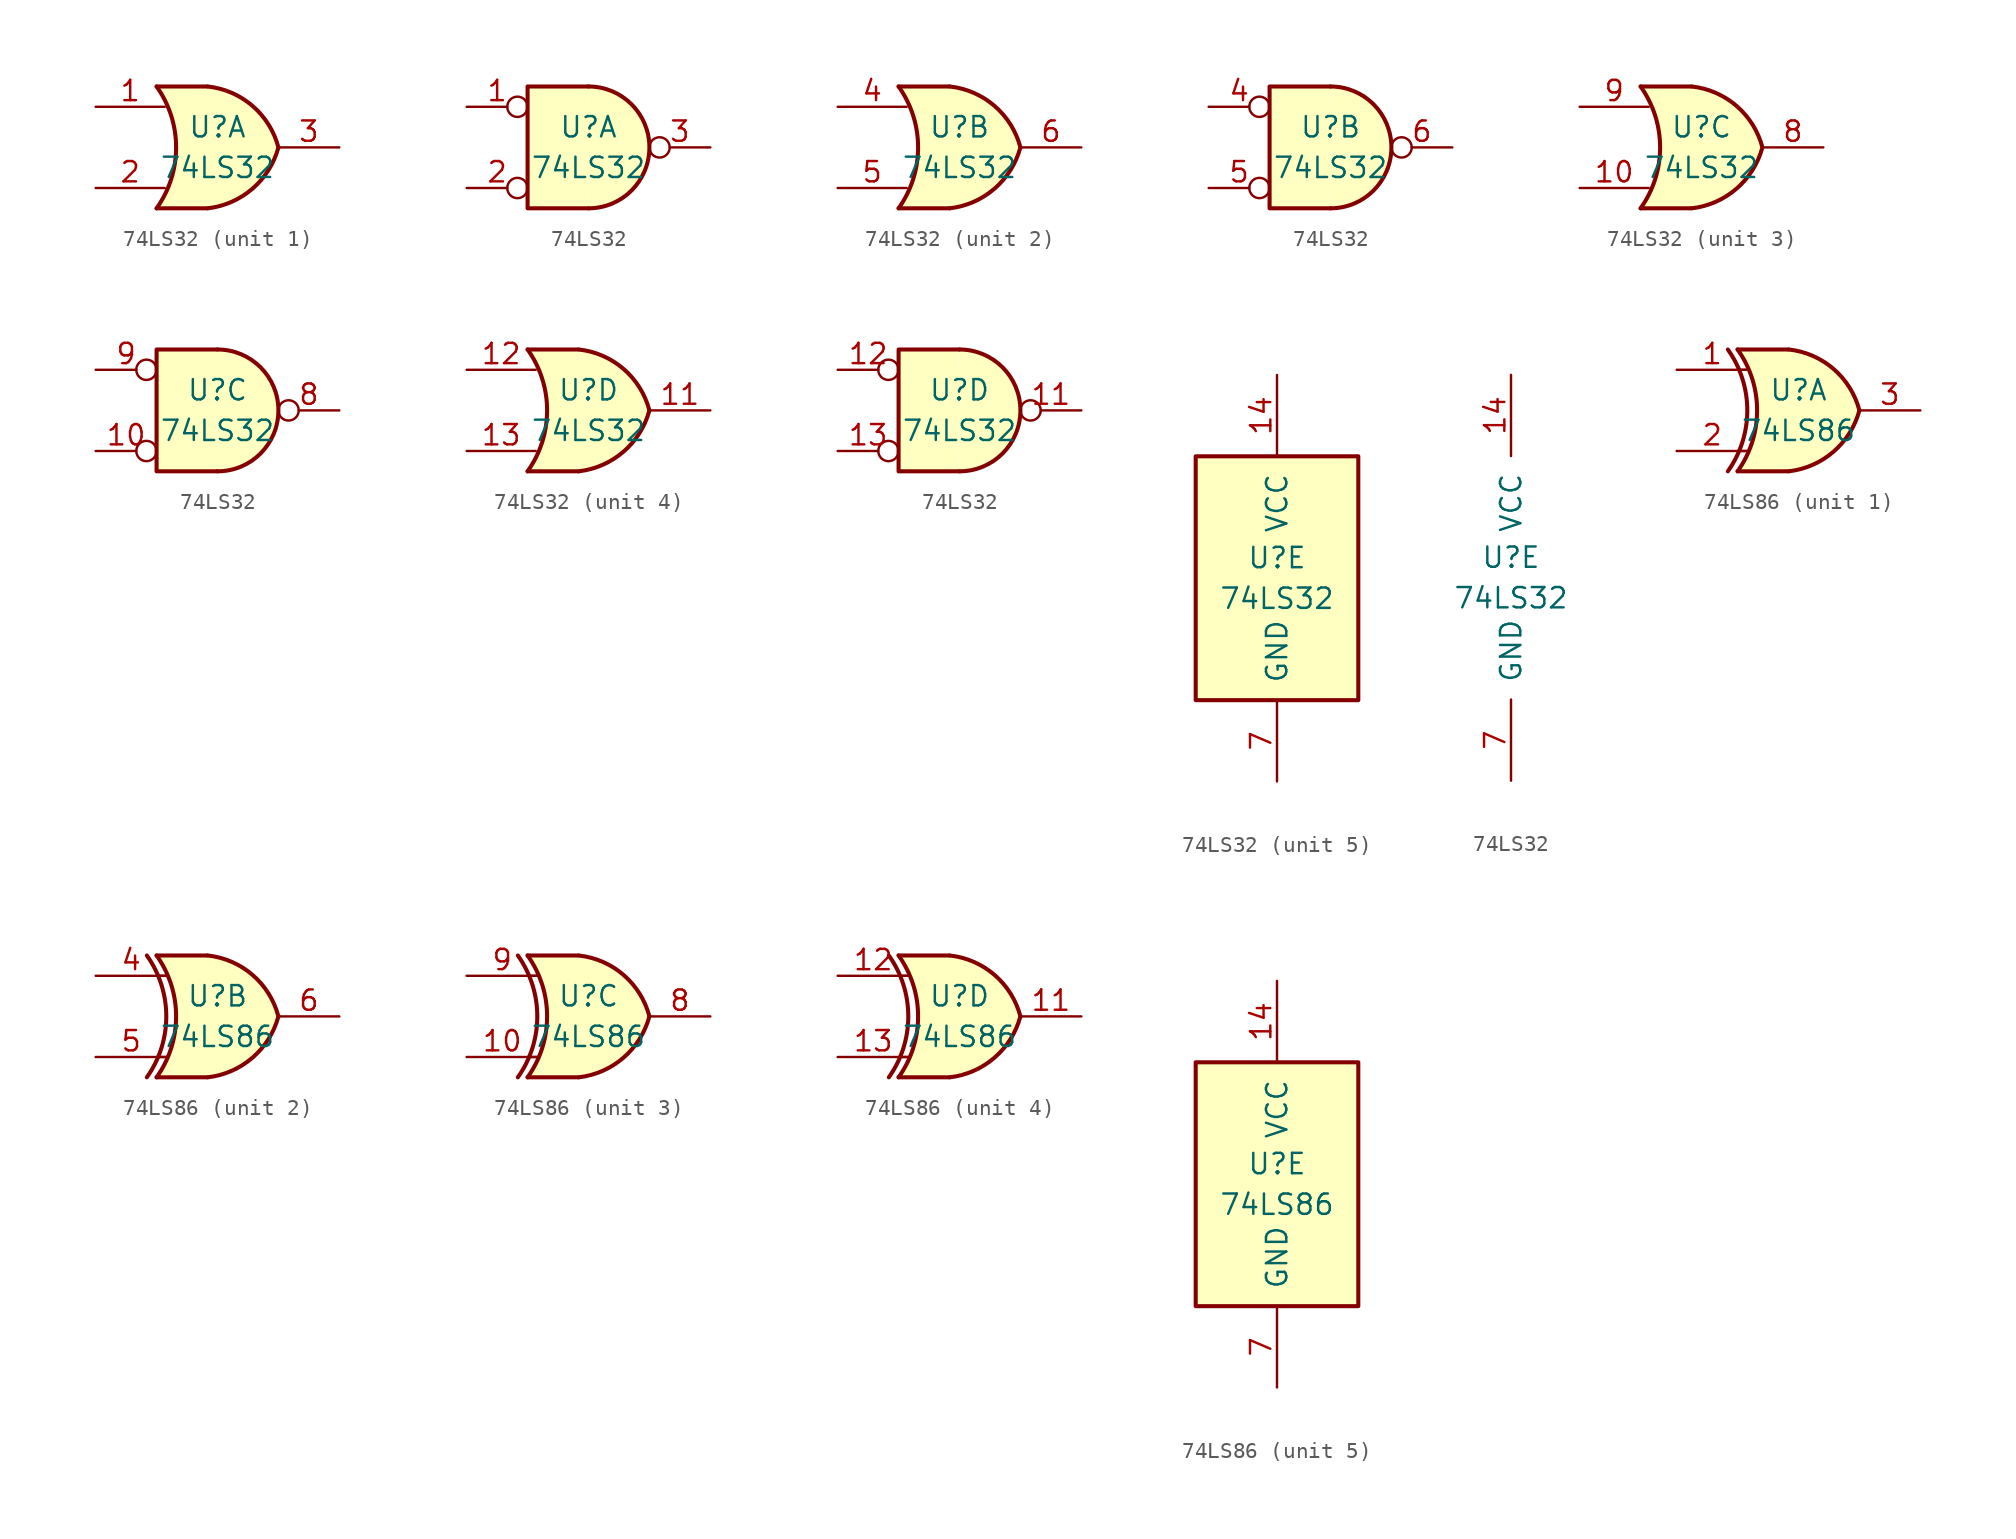
<source format=kicad_sym>
(kicad_symbol_lib
  (version 20231120)
  (generator "kicad_symbol_editor")
  (generator_version "8.0")
  (symbol "74LS32"
    (pin_names
      (offset 1.016))
    (property "Reference" "U"
      (at 0 1.27 0)
      (effects (font (size 1.27 1.27))))
    (property "Value" "74LS32"
      (at 0 -1.27 0)
      (effects (font (size 1.27 1.27))))
    (property "ki_locked" ""
      (at 0 0 0)
      (effects (font (size 1.27 1.27))))
    (symbol "74LS32_1_1"
      (arc (start -3.81 -3.81) (mid -2.589 0) (end -3.81 3.81) (stroke (width 0.254) (type default)) (fill (type none)))
      (arc (start -0.6096 -3.81) (mid 2.1855 -2.584) (end 3.81 0) (stroke (width 0.254) (type default)) (fill (type background)))
      (polyline (pts (xy -3.81 -3.81) (xy -0.635 -3.81)) (stroke (width 0.254) (type default)) (fill (type background)))
      (polyline (pts (xy -3.81 3.81) (xy -0.635 3.81)) (stroke (width 0.254) (type default)) (fill (type background)))
      (polyline (pts (xy -0.635 3.81) (xy -3.81 3.81) (xy -3.81 3.81) (xy -3.556 3.404) (xy -3.023 2.261) (xy -2.692 1.041) (xy -2.616 -0.254) (xy -2.769 -1.499) (xy -3.175 -2.718) (xy -3.81 -3.81) (xy -3.81 -3.81) (xy -0.635 -3.81)) (stroke (width -25.4) (type default)) (fill (type background)))
      (arc (start 3.81 0) (mid 2.1928 2.5925) (end -0.6096 3.81) (stroke (width 0.254) (type default)) (fill (type background)))
      (pin input line (at -7.62 2.54 0) (length 4.318) (name "~" (effects (font (size 1.27 1.27)))) (number "1" (effects (font (size 1.27 1.27)))))
      (pin input line (at -7.62 -2.54 0) (length 4.318) (name "~" (effects (font (size 1.27 1.27)))) (number "2" (effects (font (size 1.27 1.27)))))
      (pin output line (at 7.62 0 180) (length 3.81) (name "~" (effects (font (size 1.27 1.27)))) (number "3" (effects (font (size 1.27 1.27))))))
    (symbol "74LS32_1_2"
      (arc (start 0 -3.81) (mid 3.7934 0) (end 0 3.81) (stroke (width 0.254) (type default)) (fill (type background)))
      (polyline (pts (xy 0 3.81) (xy -3.81 3.81) (xy -3.81 -3.81) (xy 0 -3.81)) (stroke (width 0.254) (type default)) (fill (type background)))
      (pin input inverted (at -7.62 2.54 0) (length 3.81) (name "~" (effects (font (size 1.27 1.27)))) (number "1" (effects (font (size 1.27 1.27)))))
      (pin input inverted (at -7.62 -2.54 0) (length 3.81) (name "~" (effects (font (size 1.27 1.27)))) (number "2" (effects (font (size 1.27 1.27)))))
      (pin output inverted (at 7.62 0 180) (length 3.81) (name "~" (effects (font (size 1.27 1.27)))) (number "3" (effects (font (size 1.27 1.27))))))
    (symbol "74LS32_2_1"
      (arc (start -3.81 -3.81) (mid -2.589 0) (end -3.81 3.81) (stroke (width 0.254) (type default)) (fill (type none)))
      (arc (start -0.6096 -3.81) (mid 2.1855 -2.584) (end 3.81 0) (stroke (width 0.254) (type default)) (fill (type background)))
      (polyline (pts (xy -3.81 -3.81) (xy -0.635 -3.81)) (stroke (width 0.254) (type default)) (fill (type background)))
      (polyline (pts (xy -3.81 3.81) (xy -0.635 3.81)) (stroke (width 0.254) (type default)) (fill (type background)))
      (polyline (pts (xy -0.635 3.81) (xy -3.81 3.81) (xy -3.81 3.81) (xy -3.556 3.404) (xy -3.023 2.261) (xy -2.692 1.041) (xy -2.616 -0.254) (xy -2.769 -1.499) (xy -3.175 -2.718) (xy -3.81 -3.81) (xy -3.81 -3.81) (xy -0.635 -3.81)) (stroke (width -25.4) (type default)) (fill (type background)))
      (arc (start 3.81 0) (mid 2.1928 2.5925) (end -0.6096 3.81) (stroke (width 0.254) (type default)) (fill (type background)))
      (pin input line (at -7.62 2.54 0) (length 4.318) (name "~" (effects (font (size 1.27 1.27)))) (number "4" (effects (font (size 1.27 1.27)))))
      (pin input line (at -7.62 -2.54 0) (length 4.318) (name "~" (effects (font (size 1.27 1.27)))) (number "5" (effects (font (size 1.27 1.27)))))
      (pin output line (at 7.62 0 180) (length 3.81) (name "~" (effects (font (size 1.27 1.27)))) (number "6" (effects (font (size 1.27 1.27))))))
    (symbol "74LS32_2_2"
      (arc (start 0 -3.81) (mid 3.7934 0) (end 0 3.81) (stroke (width 0.254) (type default)) (fill (type background)))
      (polyline (pts (xy 0 3.81) (xy -3.81 3.81) (xy -3.81 -3.81) (xy 0 -3.81)) (stroke (width 0.254) (type default)) (fill (type background)))
      (pin input inverted (at -7.62 2.54 0) (length 3.81) (name "~" (effects (font (size 1.27 1.27)))) (number "4" (effects (font (size 1.27 1.27)))))
      (pin input inverted (at -7.62 -2.54 0) (length 3.81) (name "~" (effects (font (size 1.27 1.27)))) (number "5" (effects (font (size 1.27 1.27)))))
      (pin output inverted (at 7.62 0 180) (length 3.81) (name "~" (effects (font (size 1.27 1.27)))) (number "6" (effects (font (size 1.27 1.27))))))
    (symbol "74LS32_3_1"
      (arc (start -3.81 -3.81) (mid -2.589 0) (end -3.81 3.81) (stroke (width 0.254) (type default)) (fill (type none)))
      (arc (start -0.6096 -3.81) (mid 2.1855 -2.584) (end 3.81 0) (stroke (width 0.254) (type default)) (fill (type background)))
      (polyline (pts (xy -3.81 -3.81) (xy -0.635 -3.81)) (stroke (width 0.254) (type default)) (fill (type background)))
      (polyline (pts (xy -3.81 3.81) (xy -0.635 3.81)) (stroke (width 0.254) (type default)) (fill (type background)))
      (polyline (pts (xy -0.635 3.81) (xy -3.81 3.81) (xy -3.81 3.81) (xy -3.556 3.404) (xy -3.023 2.261) (xy -2.692 1.041) (xy -2.616 -0.254) (xy -2.769 -1.499) (xy -3.175 -2.718) (xy -3.81 -3.81) (xy -3.81 -3.81) (xy -0.635 -3.81)) (stroke (width -25.4) (type default)) (fill (type background)))
      (arc (start 3.81 0) (mid 2.1928 2.5925) (end -0.6096 3.81) (stroke (width 0.254) (type default)) (fill (type background)))
      (pin input line (at -7.62 -2.54 0) (length 4.318) (name "~" (effects (font (size 1.27 1.27)))) (number "10" (effects (font (size 1.27 1.27)))))
      (pin output line (at 7.62 0 180) (length 3.81) (name "~" (effects (font (size 1.27 1.27)))) (number "8" (effects (font (size 1.27 1.27)))))
      (pin input line (at -7.62 2.54 0) (length 4.318) (name "~" (effects (font (size 1.27 1.27)))) (number "9" (effects (font (size 1.27 1.27))))))
    (symbol "74LS32_3_2"
      (arc (start 0 -3.81) (mid 3.7934 0) (end 0 3.81) (stroke (width 0.254) (type default)) (fill (type background)))
      (polyline (pts (xy 0 3.81) (xy -3.81 3.81) (xy -3.81 -3.81) (xy 0 -3.81)) (stroke (width 0.254) (type default)) (fill (type background)))
      (pin input inverted (at -7.62 -2.54 0) (length 3.81) (name "~" (effects (font (size 1.27 1.27)))) (number "10" (effects (font (size 1.27 1.27)))))
      (pin output inverted (at 7.62 0 180) (length 3.81) (name "~" (effects (font (size 1.27 1.27)))) (number "8" (effects (font (size 1.27 1.27)))))
      (pin input inverted (at -7.62 2.54 0) (length 3.81) (name "~" (effects (font (size 1.27 1.27)))) (number "9" (effects (font (size 1.27 1.27))))))
    (symbol "74LS32_4_1"
      (arc (start -3.81 -3.81) (mid -2.589 0) (end -3.81 3.81) (stroke (width 0.254) (type default)) (fill (type none)))
      (arc (start -0.6096 -3.81) (mid 2.1855 -2.584) (end 3.81 0) (stroke (width 0.254) (type default)) (fill (type background)))
      (polyline (pts (xy -3.81 -3.81) (xy -0.635 -3.81)) (stroke (width 0.254) (type default)) (fill (type background)))
      (polyline (pts (xy -3.81 3.81) (xy -0.635 3.81)) (stroke (width 0.254) (type default)) (fill (type background)))
      (polyline (pts (xy -0.635 3.81) (xy -3.81 3.81) (xy -3.81 3.81) (xy -3.556 3.404) (xy -3.023 2.261) (xy -2.692 1.041) (xy -2.616 -0.254) (xy -2.769 -1.499) (xy -3.175 -2.718) (xy -3.81 -3.81) (xy -3.81 -3.81) (xy -0.635 -3.81)) (stroke (width -25.4) (type default)) (fill (type background)))
      (arc (start 3.81 0) (mid 2.1928 2.5925) (end -0.6096 3.81) (stroke (width 0.254) (type default)) (fill (type background)))
      (pin output line (at 7.62 0 180) (length 3.81) (name "~" (effects (font (size 1.27 1.27)))) (number "11" (effects (font (size 1.27 1.27)))))
      (pin input line (at -7.62 2.54 0) (length 4.318) (name "~" (effects (font (size 1.27 1.27)))) (number "12" (effects (font (size 1.27 1.27)))))
      (pin input line (at -7.62 -2.54 0) (length 4.318) (name "~" (effects (font (size 1.27 1.27)))) (number "13" (effects (font (size 1.27 1.27))))))
    (symbol "74LS32_4_2"
      (arc (start 0 -3.81) (mid 3.7934 0) (end 0 3.81) (stroke (width 0.254) (type default)) (fill (type background)))
      (polyline (pts (xy 0 3.81) (xy -3.81 3.81) (xy -3.81 -3.81) (xy 0 -3.81)) (stroke (width 0.254) (type default)) (fill (type background)))
      (pin output inverted (at 7.62 0 180) (length 3.81) (name "~" (effects (font (size 1.27 1.27)))) (number "11" (effects (font (size 1.27 1.27)))))
      (pin input inverted (at -7.62 2.54 0) (length 3.81) (name "~" (effects (font (size 1.27 1.27)))) (number "12" (effects (font (size 1.27 1.27)))))
      (pin input inverted (at -7.62 -2.54 0) (length 3.81) (name "~" (effects (font (size 1.27 1.27)))) (number "13" (effects (font (size 1.27 1.27))))))
    (symbol "74LS32_5_0"
      (pin power_in line (at 0 12.7 270) (length 5.08) (name "VCC" (effects (font (size 1.27 1.27)))) (number "14" (effects (font (size 1.27 1.27)))))
      (pin power_in line (at 0 -12.7 90) (length 5.08) (name "GND" (effects (font (size 1.27 1.27)))) (number "7" (effects (font (size 1.27 1.27))))))
    (symbol "74LS32_5_1"
      (rectangle (start -5.08 7.62) (end 5.08 -7.62) (stroke (width 0.254) (type default)) (fill (type background)))))
  (symbol "74LS86"
    (pin_names
      (offset 1.016))
    (property "Reference" "U"
      (at 0 1.27 0)
      (effects (font (size 1.27 1.27))))
    (property "Value" "74LS86"
      (at 0 -1.27 0)
      (effects (font (size 1.27 1.27))))
    (property "ki_locked" ""
      (at 0 0 0)
      (effects (font (size 1.27 1.27))))
    (symbol "74LS86_1_0"
      (arc (start -4.4196 -3.81) (mid -3.2033 0) (end -4.4196 3.81) (stroke (width 0.254) (type default)) (fill (type none)))
      (arc (start -3.81 -3.81) (mid -2.589 0) (end -3.81 3.81) (stroke (width 0.254) (type default)) (fill (type none)))
      (arc (start -0.6096 -3.81) (mid 2.1855 -2.584) (end 3.81 0) (stroke (width 0.254) (type default)) (fill (type background)))
      (polyline (pts (xy -3.81 -3.81) (xy -0.635 -3.81)) (stroke (width 0.254) (type default)) (fill (type background)))
      (polyline (pts (xy -3.81 3.81) (xy -0.635 3.81)) (stroke (width 0.254) (type default)) (fill (type background)))
      (polyline (pts (xy -0.635 3.81) (xy -3.81 3.81) (xy -3.81 3.81) (xy -3.556 3.404) (xy -3.023 2.261) (xy -2.692 1.041) (xy -2.616 -0.254) (xy -2.769 -1.499) (xy -3.175 -2.718) (xy -3.81 -3.81) (xy -3.81 -3.81) (xy -0.635 -3.81)) (stroke (width -25.4) (type default)) (fill (type background)))
      (arc (start 3.81 0) (mid 2.1928 2.5925) (end -0.6096 3.81) (stroke (width 0.254) (type default)) (fill (type background)))
      (pin input line (at -7.62 2.54 0) (length 4.445) (name "~" (effects (font (size 1.27 1.27)))) (number "1" (effects (font (size 1.27 1.27)))))
      (pin input line (at -7.62 -2.54 0) (length 4.445) (name "~" (effects (font (size 1.27 1.27)))) (number "2" (effects (font (size 1.27 1.27)))))
      (pin output line (at 7.62 0 180) (length 3.81) (name "~" (effects (font (size 1.27 1.27)))) (number "3" (effects (font (size 1.27 1.27))))))
    (symbol "74LS86_1_1"
      (polyline (pts (xy -3.81 -2.54) (xy -3.175 -2.54)) (stroke (width 0.152) (type default)) (fill (type none)))
      (polyline (pts (xy -3.81 2.54) (xy -3.175 2.54)) (stroke (width 0.152) (type default)) (fill (type none))))
    (symbol "74LS86_2_0"
      (arc (start -4.4196 -3.81) (mid -3.2033 0) (end -4.4196 3.81) (stroke (width 0.254) (type default)) (fill (type none)))
      (arc (start -3.81 -3.81) (mid -2.589 0) (end -3.81 3.81) (stroke (width 0.254) (type default)) (fill (type none)))
      (arc (start -0.6096 -3.81) (mid 2.1855 -2.584) (end 3.81 0) (stroke (width 0.254) (type default)) (fill (type background)))
      (polyline (pts (xy -3.81 -3.81) (xy -0.635 -3.81)) (stroke (width 0.254) (type default)) (fill (type background)))
      (polyline (pts (xy -3.81 3.81) (xy -0.635 3.81)) (stroke (width 0.254) (type default)) (fill (type background)))
      (polyline (pts (xy -0.635 3.81) (xy -3.81 3.81) (xy -3.81 3.81) (xy -3.556 3.404) (xy -3.023 2.261) (xy -2.692 1.041) (xy -2.616 -0.254) (xy -2.769 -1.499) (xy -3.175 -2.718) (xy -3.81 -3.81) (xy -3.81 -3.81) (xy -0.635 -3.81)) (stroke (width -25.4) (type default)) (fill (type background)))
      (arc (start 3.81 0) (mid 2.1928 2.5925) (end -0.6096 3.81) (stroke (width 0.254) (type default)) (fill (type background)))
      (pin input line (at -7.62 2.54 0) (length 4.445) (name "~" (effects (font (size 1.27 1.27)))) (number "4" (effects (font (size 1.27 1.27)))))
      (pin input line (at -7.62 -2.54 0) (length 4.445) (name "~" (effects (font (size 1.27 1.27)))) (number "5" (effects (font (size 1.27 1.27)))))
      (pin output line (at 7.62 0 180) (length 3.81) (name "~" (effects (font (size 1.27 1.27)))) (number "6" (effects (font (size 1.27 1.27))))))
    (symbol "74LS86_2_1"
      (polyline (pts (xy -3.81 -2.54) (xy -3.175 -2.54)) (stroke (width 0.152) (type default)) (fill (type none)))
      (polyline (pts (xy -3.81 2.54) (xy -3.175 2.54)) (stroke (width 0.152) (type default)) (fill (type none))))
    (symbol "74LS86_3_0"
      (arc (start -4.4196 -3.81) (mid -3.2033 0) (end -4.4196 3.81) (stroke (width 0.254) (type default)) (fill (type none)))
      (arc (start -3.81 -3.81) (mid -2.589 0) (end -3.81 3.81) (stroke (width 0.254) (type default)) (fill (type none)))
      (arc (start -0.6096 -3.81) (mid 2.1855 -2.584) (end 3.81 0) (stroke (width 0.254) (type default)) (fill (type background)))
      (polyline (pts (xy -3.81 -3.81) (xy -0.635 -3.81)) (stroke (width 0.254) (type default)) (fill (type background)))
      (polyline (pts (xy -3.81 3.81) (xy -0.635 3.81)) (stroke (width 0.254) (type default)) (fill (type background)))
      (polyline (pts (xy -0.635 3.81) (xy -3.81 3.81) (xy -3.81 3.81) (xy -3.556 3.404) (xy -3.023 2.261) (xy -2.692 1.041) (xy -2.616 -0.254) (xy -2.769 -1.499) (xy -3.175 -2.718) (xy -3.81 -3.81) (xy -3.81 -3.81) (xy -0.635 -3.81)) (stroke (width -25.4) (type default)) (fill (type background)))
      (arc (start 3.81 0) (mid 2.1928 2.5925) (end -0.6096 3.81) (stroke (width 0.254) (type default)) (fill (type background)))
      (pin input line (at -7.62 -2.54 0) (length 4.445) (name "~" (effects (font (size 1.27 1.27)))) (number "10" (effects (font (size 1.27 1.27)))))
      (pin output line (at 7.62 0 180) (length 3.81) (name "~" (effects (font (size 1.27 1.27)))) (number "8" (effects (font (size 1.27 1.27)))))
      (pin input line (at -7.62 2.54 0) (length 4.445) (name "~" (effects (font (size 1.27 1.27)))) (number "9" (effects (font (size 1.27 1.27))))))
    (symbol "74LS86_3_1"
      (polyline (pts (xy -3.81 -2.54) (xy -3.175 -2.54)) (stroke (width 0.152) (type default)) (fill (type none)))
      (polyline (pts (xy -3.81 2.54) (xy -3.175 2.54)) (stroke (width 0.152) (type default)) (fill (type none))))
    (symbol "74LS86_4_0"
      (arc (start -4.4196 -3.81) (mid -3.2033 0) (end -4.4196 3.81) (stroke (width 0.254) (type default)) (fill (type none)))
      (arc (start -3.81 -3.81) (mid -2.589 0) (end -3.81 3.81) (stroke (width 0.254) (type default)) (fill (type none)))
      (arc (start -0.6096 -3.81) (mid 2.1855 -2.584) (end 3.81 0) (stroke (width 0.254) (type default)) (fill (type background)))
      (polyline (pts (xy -3.81 -3.81) (xy -0.635 -3.81)) (stroke (width 0.254) (type default)) (fill (type background)))
      (polyline (pts (xy -3.81 3.81) (xy -0.635 3.81)) (stroke (width 0.254) (type default)) (fill (type background)))
      (polyline (pts (xy -0.635 3.81) (xy -3.81 3.81) (xy -3.81 3.81) (xy -3.556 3.404) (xy -3.023 2.261) (xy -2.692 1.041) (xy -2.616 -0.254) (xy -2.769 -1.499) (xy -3.175 -2.718) (xy -3.81 -3.81) (xy -3.81 -3.81) (xy -0.635 -3.81)) (stroke (width -25.4) (type default)) (fill (type background)))
      (arc (start 3.81 0) (mid 2.1928 2.5925) (end -0.6096 3.81) (stroke (width 0.254) (type default)) (fill (type background)))
      (pin output line (at 7.62 0 180) (length 3.81) (name "~" (effects (font (size 1.27 1.27)))) (number "11" (effects (font (size 1.27 1.27)))))
      (pin input line (at -7.62 2.54 0) (length 4.445) (name "~" (effects (font (size 1.27 1.27)))) (number "12" (effects (font (size 1.27 1.27)))))
      (pin input line (at -7.62 -2.54 0) (length 4.445) (name "~" (effects (font (size 1.27 1.27)))) (number "13" (effects (font (size 1.27 1.27))))))
    (symbol "74LS86_4_1"
      (polyline (pts (xy -3.81 -2.54) (xy -3.175 -2.54)) (stroke (width 0.152) (type default)) (fill (type none)))
      (polyline (pts (xy -3.81 2.54) (xy -3.175 2.54)) (stroke (width 0.152) (type default)) (fill (type none))))
    (symbol "74LS86_5_0"
      (pin power_in line (at 0 12.7 270) (length 5.08) (name "VCC" (effects (font (size 1.27 1.27)))) (number "14" (effects (font (size 1.27 1.27)))))
      (pin power_in line (at 0 -12.7 90) (length 5.08) (name "GND" (effects (font (size 1.27 1.27)))) (number "7" (effects (font (size 1.27 1.27))))))
    (symbol "74LS86_5_1"
      (rectangle (start -5.08 7.62) (end 5.08 -7.62) (stroke (width 0.254) (type default)) (fill (type background))))))
</source>
